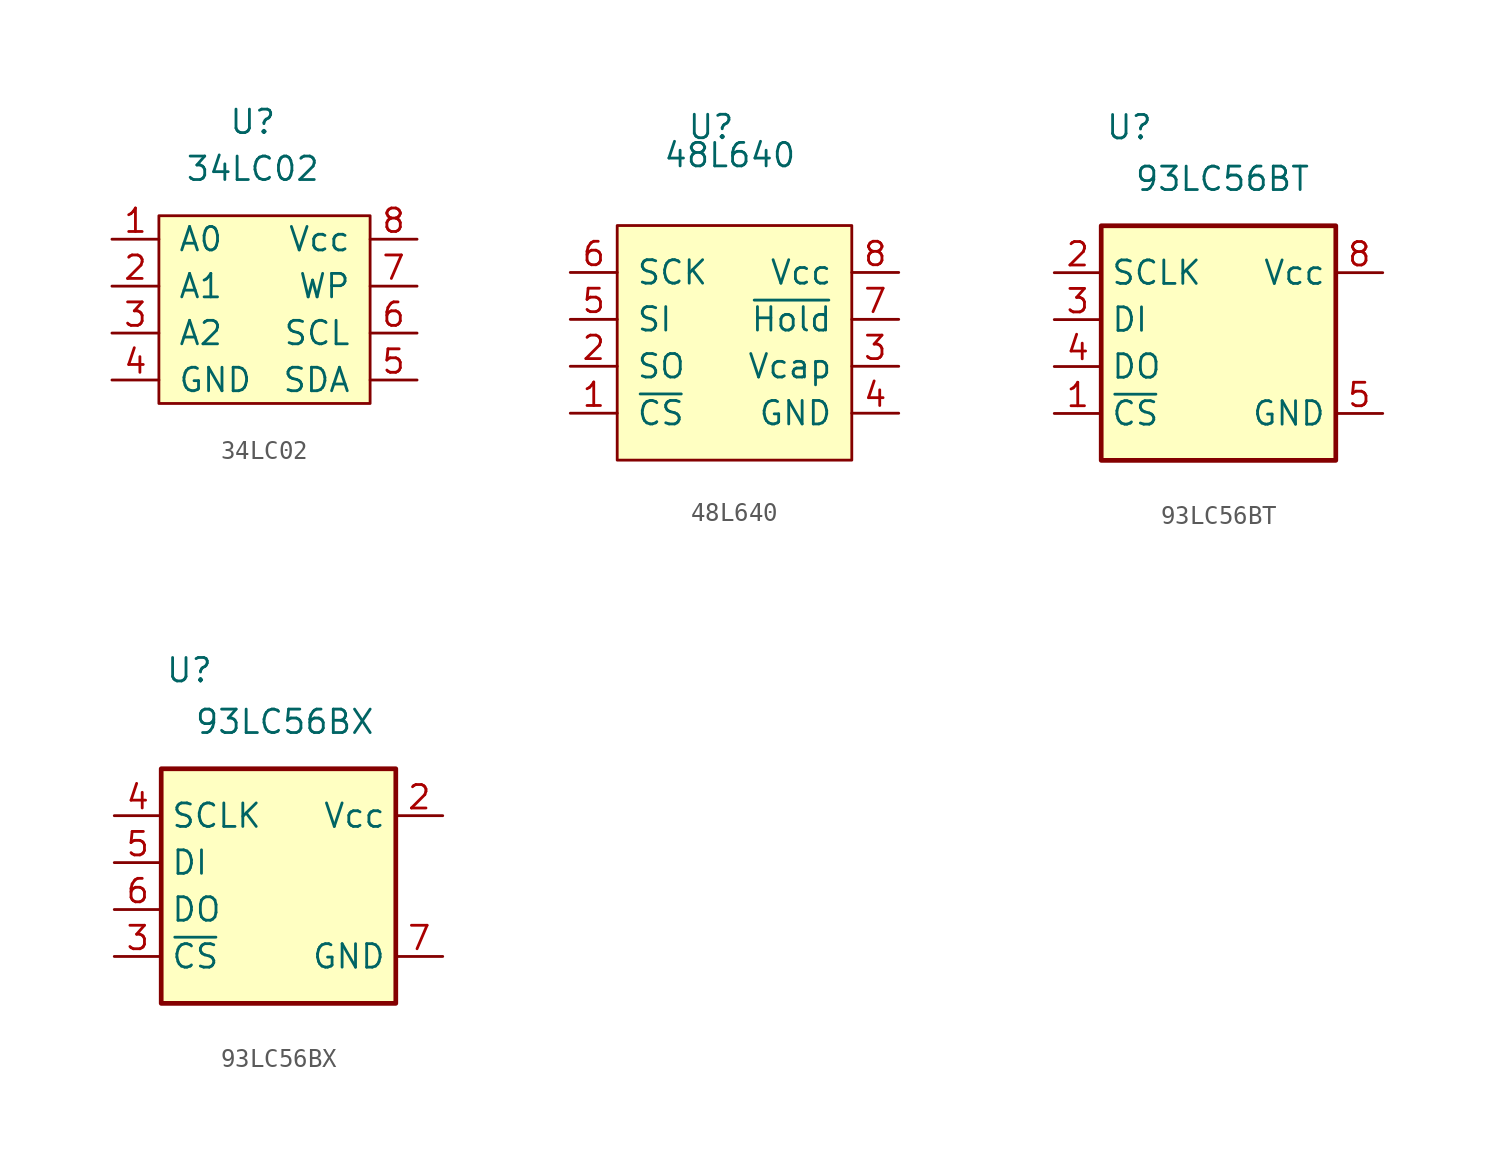
<source format=kicad_sym>
(kicad_symbol_lib
  (version 20211014)
  (generator kicad_symbol_editor)
  (symbol "34LC02"
    (pin_names
      (offset 1.016))
    (property "Reference" "U"
      (at 0 12.7 0)
      (effects (font (size 1.27 1.27))))
    (property "Value" "34LC02"
      (at 0 10.16 0)
      (effects (font (size 1.27 1.27))))
    (symbol "34LC02_0_0"
      (pin passive line (at -7.62 6.35 0) (length 2.54) (name "A0" (effects (font (size 1.27 1.27)))) (number "1" (effects (font (size 1.27 1.27)))))
      (pin passive line (at -7.62 3.81 0) (length 2.54) (name "A1" (effects (font (size 1.27 1.27)))) (number "2" (effects (font (size 1.27 1.27)))))
      (pin passive line (at -7.62 1.27 0) (length 2.54) (name "A2" (effects (font (size 1.27 1.27)))) (number "3" (effects (font (size 1.27 1.27)))))
      (pin power_in line (at -7.62 -1.27 0) (length 2.54) (name "GND" (effects (font (size 1.27 1.27)))) (number "4" (effects (font (size 1.27 1.27)))))
      (pin passive line (at 8.89 -1.27 180) (length 2.54) (name "SDA" (effects (font (size 1.27 1.27)))) (number "5" (effects (font (size 1.27 1.27)))))
      (pin passive line (at 8.89 1.27 180) (length 2.54) (name "SCL" (effects (font (size 1.27 1.27)))) (number "6" (effects (font (size 1.27 1.27)))))
      (pin passive line (at 8.89 3.81 180) (length 2.54) (name "WP" (effects (font (size 1.27 1.27)))) (number "7" (effects (font (size 1.27 1.27)))))
      (pin power_in line (at 8.89 6.35 180) (length 2.54) (name "Vcc" (effects (font (size 1.27 1.27)))) (number "8" (effects (font (size 1.27 1.27))))))
    (symbol "34LC02_0_1"
      (rectangle (start -5.08 7.62) (end 6.35 -2.54) (stroke (width 0) (type default) (color 0 0 0 0)) (fill (type background)))))
  (symbol "48L640"
    (pin_names
      (offset 1.016))
    (property "Reference" "U"
      (at 0 10.414 0)
      (effects (font (size 1.27 1.27))))
    (property "Value" "48L640"
      (at 1.016 8.89 0)
      (effects (font (size 1.27 1.27))))
    (symbol "48L640_0_0"
      (pin input line (at -7.62 -5.08 0) (length 2.54) (name "~{CS}" (effects (font (size 1.27 1.27)))) (number "1" (effects (font (size 1.27 1.27)))))
      (pin output line (at -7.62 -2.54 0) (length 2.54) (name "SO" (effects (font (size 1.27 1.27)))) (number "2" (effects (font (size 1.27 1.27)))))
      (pin passive line (at 10.16 -2.54 180) (length 2.54) (name "Vcap" (effects (font (size 1.27 1.27)))) (number "3" (effects (font (size 1.27 1.27)))))
      (pin power_in line (at 10.16 -5.08 180) (length 2.54) (name "GND" (effects (font (size 1.27 1.27)))) (number "4" (effects (font (size 1.27 1.27)))))
      (pin input line (at -7.62 0 0) (length 2.54) (name "SI" (effects (font (size 1.27 1.27)))) (number "5" (effects (font (size 1.27 1.27)))))
      (pin input line (at -7.62 2.54 0) (length 2.54) (name "SCK" (effects (font (size 1.27 1.27)))) (number "6" (effects (font (size 1.27 1.27)))))
      (pin passive line (at 10.16 0 180) (length 2.54) (name "~{Hold}" (effects (font (size 1.27 1.27)))) (number "7" (effects (font (size 1.27 1.27)))))
      (pin power_in line (at 10.16 2.54 180) (length 2.54) (name "Vcc" (effects (font (size 1.27 1.27)))) (number "8" (effects (font (size 1.27 1.27))))))
    (symbol "48L640_0_1"
      (rectangle (start -5.08 5.08) (end 7.62 -7.62) (stroke (width 0) (type default) (color 0 0 0 0)) (fill (type background)))))
  (symbol "93LC56BT"
    (property "Reference" "U"
      (at -4.826 10.414 0)
      (effects (font (size 1.27 1.27))))
    (property "Value" "93LC56BT"
      (at -4.572 7.62 0)
      (effects (font (size 1.27 1.27)) (justify left)))
    (symbol "93LC56BT_1_1"
      (rectangle (start 6.35 5.08) (end -6.35 -7.62) (stroke (width 0.254) (type default) (color 0 0 0 0)) (fill (type background)))
      (pin input line (at -8.89 -5.08 0) (length 2.54) (name "~{CS}" (effects (font (size 1.27 1.27)))) (number "1" (effects (font (size 1.27 1.27)))))
      (pin input line (at -8.89 2.54 0) (length 2.54) (name "SCLK" (effects (font (size 1.27 1.27)))) (number "2" (effects (font (size 1.27 1.27)))))
      (pin input line (at -8.89 0 0) (length 2.54) (name "DI" (effects (font (size 1.27 1.27)))) (number "3" (effects (font (size 1.27 1.27)))))
      (pin output line (at -8.89 -2.54 0) (length 2.54) (name "DO" (effects (font (size 1.27 1.27)))) (number "4" (effects (font (size 1.27 1.27)))))
      (pin power_in line (at 8.89 -5.08 180) (length 2.54) (name "GND" (effects (font (size 1.27 1.27)))) (number "5" (effects (font (size 1.27 1.27)))))
      (pin no_connect line (at 6.35 0 180) (length 2.54) hide (name "NC" (effects (font (size 1.27 1.27)))) (number "6" (effects (font (size 1.27 1.27)))))
      (pin no_connect line (at 6.35 -2.54 180) (length 2.54) hide (name "NC" (effects (font (size 1.27 1.27)))) (number "7" (effects (font (size 1.27 1.27)))))
      (pin power_in line (at 8.89 2.54 180) (length 2.54) (name "Vcc" (effects (font (size 1.27 1.27)))) (number "8" (effects (font (size 1.27 1.27)))))))
  (symbol "93LC56BX"
    (property "Reference" "U"
      (at -4.826 10.414 0)
      (effects (font (size 1.27 1.27))))
    (property "Value" "93LC56BX"
      (at -4.572 7.62 0)
      (effects (font (size 1.27 1.27)) (justify left)))
    (symbol "93LC56BX_1_1"
      (rectangle (start 6.35 5.08) (end -6.35 -7.62) (stroke (width 0.254) (type default) (color 0 0 0 0)) (fill (type background)))
      (pin no_connect line (at 6.35 0 180) (length 2.54) hide (name "NC" (effects (font (size 1.27 1.27)))) (number "1" (effects (font (size 1.27 1.27)))))
      (pin power_in line (at 8.89 2.54 180) (length 2.54) (name "Vcc" (effects (font (size 1.27 1.27)))) (number "2" (effects (font (size 1.27 1.27)))))
      (pin input line (at -8.89 -5.08 0) (length 2.54) (name "~{CS}" (effects (font (size 1.27 1.27)))) (number "3" (effects (font (size 1.27 1.27)))))
      (pin input line (at -8.89 2.54 0) (length 2.54) (name "SCLK" (effects (font (size 1.27 1.27)))) (number "4" (effects (font (size 1.27 1.27)))))
      (pin input line (at -8.89 0 0) (length 2.54) (name "DI" (effects (font (size 1.27 1.27)))) (number "5" (effects (font (size 1.27 1.27)))))
      (pin output line (at -8.89 -2.54 0) (length 2.54) (name "DO" (effects (font (size 1.27 1.27)))) (number "6" (effects (font (size 1.27 1.27)))))
      (pin power_in line (at 8.89 -5.08 180) (length 2.54) (name "GND" (effects (font (size 1.27 1.27)))) (number "7" (effects (font (size 1.27 1.27)))))
      (pin no_connect line (at 6.35 -2.54 180) (length 2.54) hide (name "NC" (effects (font (size 1.27 1.27)))) (number "8" (effects (font (size 1.27 1.27))))))))
</source>
